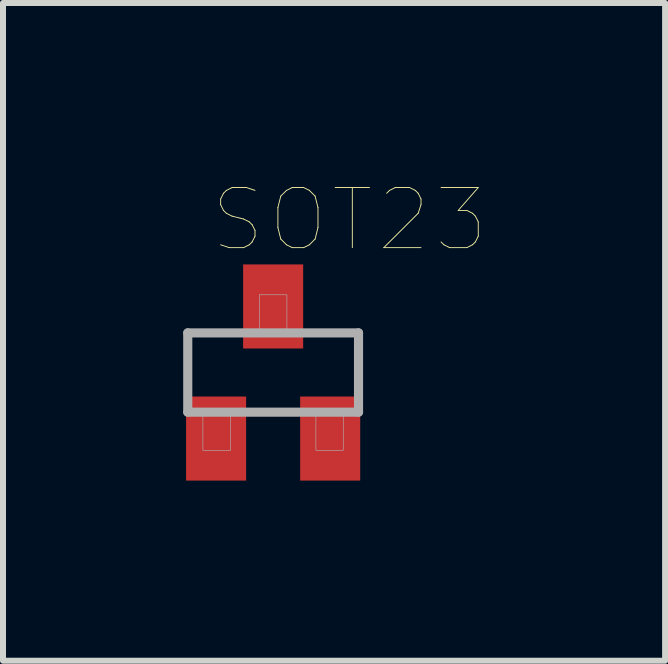
<source format=kicad_pcb>
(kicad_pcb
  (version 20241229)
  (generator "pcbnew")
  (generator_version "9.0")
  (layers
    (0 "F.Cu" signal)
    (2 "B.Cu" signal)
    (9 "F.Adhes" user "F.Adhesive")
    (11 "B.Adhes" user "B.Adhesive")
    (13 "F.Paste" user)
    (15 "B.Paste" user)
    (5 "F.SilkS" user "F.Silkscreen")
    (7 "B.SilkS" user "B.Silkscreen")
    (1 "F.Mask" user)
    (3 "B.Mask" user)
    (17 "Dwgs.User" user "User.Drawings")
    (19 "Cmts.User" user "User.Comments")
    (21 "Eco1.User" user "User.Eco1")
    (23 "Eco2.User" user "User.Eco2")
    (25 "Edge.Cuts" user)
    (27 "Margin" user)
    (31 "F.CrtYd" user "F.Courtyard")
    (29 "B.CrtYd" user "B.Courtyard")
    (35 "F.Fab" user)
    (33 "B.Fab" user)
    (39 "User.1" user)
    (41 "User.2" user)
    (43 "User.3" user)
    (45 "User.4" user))
  (footprint "SOT23"
    (layer "F.Cu")
    (at 1.499 3.154)
    (property "Reference" "SOT23" (at 1.271 -2.542 0) (layer "F.SilkS") (effects (font (size 1.001 1.001) (thickness 0.015))))
    (attr through_hole)
    (fp_line (start -1.422 -0.66) (end 1.422 -0.66) (stroke (width 0.152) (type solid)) (layer "F.Fab"))
    (fp_line (start -1.422 0.66) (end -1.422 -0.66) (stroke (width 0.152) (type solid)) (layer "F.Fab"))
    (fp_line (start 1.422 -0.66) (end 1.422 0.66) (stroke (width 0.152) (type solid)) (layer "F.Fab"))
    (fp_line (start 1.422 0.66) (end -1.422 0.66) (stroke (width 0.152) (type solid)) (layer "F.Fab"))
    (fp_poly (pts (xy -1.17 0.711) (xy -0.711 0.711) (xy -0.711 1.298) (xy -1.17 1.298)) (stroke (width 0.01) (type solid)) (fill no) (layer "F.Fab"))
    (fp_poly (pts (xy -0.229 -1.295) (xy 0.229 -1.295) (xy 0.229 -0.712) (xy -0.229 -0.712)) (stroke (width 0.01) (type solid)) (fill no) (layer "F.Fab"))
    (fp_poly (pts (xy 0.712 0.711) (xy 1.168 0.711) (xy 1.168 1.296) (xy 0.712 1.296)) (stroke (width 0.01) (type solid)) (fill no) (layer "F.Fab"))
    (pad "1" smd rect (at -0.95 1.1) (size 1 1.4) (layers "F.Cu" "F.Mask" "F.Paste"))
    (pad "2" smd rect (at 0.95 1.1) (size 1 1.4) (layers "F.Cu" "F.Mask" "F.Paste"))
    (pad "3" smd rect (at 0 -1.1) (size 1 1.4) (layers "F.Cu" "F.Mask" "F.Paste")))
  (gr_rect
    (start -3 -3)
    (end 8.027 7.954)
    (stroke (width 0.1) (type default))
    (fill no)
    (layer "Edge.Cuts")))
</source>
